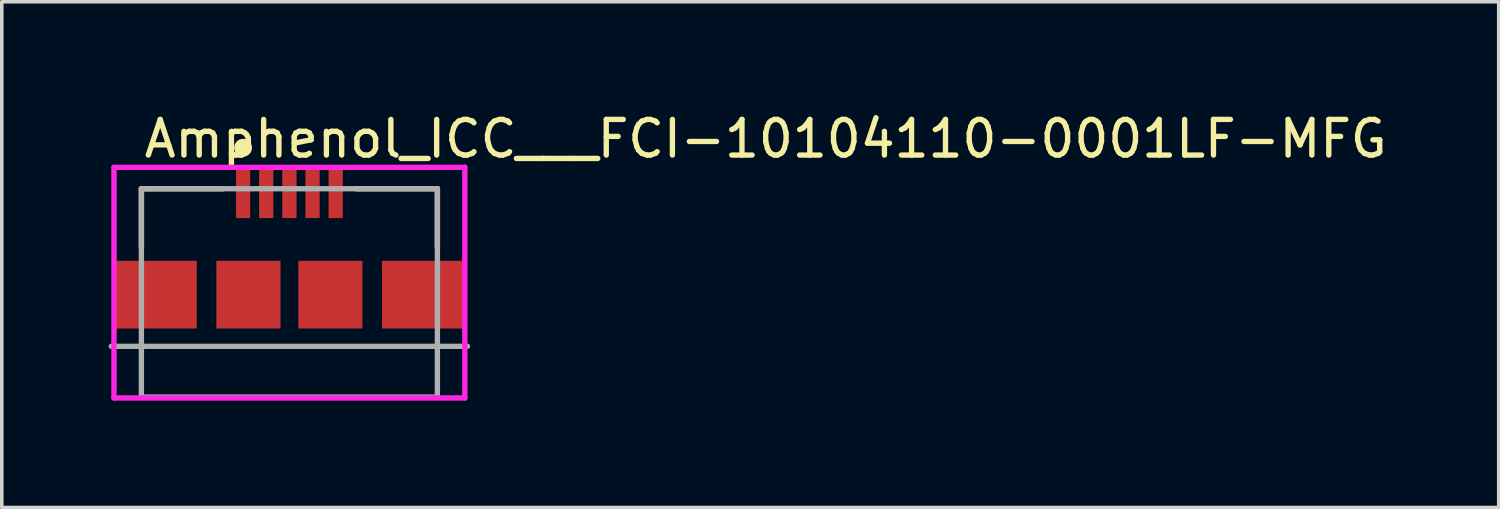
<source format=kicad_pcb>
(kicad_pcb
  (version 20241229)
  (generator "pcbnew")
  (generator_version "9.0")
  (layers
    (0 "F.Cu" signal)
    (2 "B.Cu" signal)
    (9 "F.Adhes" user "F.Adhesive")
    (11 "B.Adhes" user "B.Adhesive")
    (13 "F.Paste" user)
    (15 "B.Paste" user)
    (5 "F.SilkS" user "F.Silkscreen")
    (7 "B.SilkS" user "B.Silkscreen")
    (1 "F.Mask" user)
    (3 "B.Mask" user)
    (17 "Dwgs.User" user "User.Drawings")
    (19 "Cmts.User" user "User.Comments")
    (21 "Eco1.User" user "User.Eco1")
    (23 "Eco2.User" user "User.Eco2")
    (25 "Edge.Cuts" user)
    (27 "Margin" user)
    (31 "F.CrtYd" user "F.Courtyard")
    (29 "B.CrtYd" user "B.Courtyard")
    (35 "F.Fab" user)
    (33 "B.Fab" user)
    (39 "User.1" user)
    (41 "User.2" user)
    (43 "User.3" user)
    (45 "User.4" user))
  (footprint "Amphenol_ICC___FCI-10104110-0001LF-MFG"
    (layer "F.Cu")
    (at 5.075 5.173)
    (property "Reference" "Amphenol_ICC___FCI-10104110-0001LF-MFG" (at -4.155 -4.325 0) (layer "F.SilkS") (effects (font (size 1 1) (thickness 0.15)) (justify left)))
    (attr through_hole)
    (fp_line (start -4.155 -2.925) (end -1.875 -2.925) (stroke (width 0.15) (type solid)) (layer "F.SilkS"))
    (fp_line (start -4.155 -1.275) (end -4.155 -2.925) (stroke (width 0.15) (type solid)) (layer "F.SilkS"))
    (fp_line (start 1.875 -2.925) (end 4.155 -2.925) (stroke (width 0.15) (type solid)) (layer "F.SilkS"))
    (fp_line (start 4.155 -1.275) (end 4.155 -2.925) (stroke (width 0.15) (type solid)) (layer "F.SilkS"))
    (fp_circle (center -1.3 -4.075) (end -1.175 -4.075) (stroke (width 0.25) (type solid)) (fill no) (layer "F.SilkS"))
    (fp_line (start -4.925 -3.525) (end -4.925 2.95) (stroke (width 0.15) (type solid)) (layer "F.CrtYd"))
    (fp_line (start -4.925 2.95) (end 4.925 2.95) (stroke (width 0.15) (type solid)) (layer "F.CrtYd"))
    (fp_line (start 4.925 -3.525) (end -4.925 -3.525) (stroke (width 0.15) (type solid)) (layer "F.CrtYd"))
    (fp_line (start 4.925 -3.525) (end 4.925 -3.525) (stroke (width 0.15) (type solid)) (layer "F.CrtYd"))
    (fp_line (start 4.925 2.95) (end 4.925 -3.525) (stroke (width 0.15) (type solid)) (layer "F.CrtYd"))
    (fp_line (start -5 1.5) (end 5 1.5) (stroke (width 0.15) (type solid)) (layer "F.Fab"))
    (fp_line (start -4.155 -2.925) (end 4.155 -2.925) (stroke (width 0.15) (type solid)) (layer "F.Fab"))
    (fp_line (start -4.155 2.925) (end -4.155 -2.925) (stroke (width 0.15) (type solid)) (layer "F.Fab"))
    (fp_line (start 4.155 -2.925) (end 4.155 2.925) (stroke (width 0.15) (type solid)) (layer "F.Fab"))
    (fp_line (start 4.155 2.925) (end -4.155 2.925) (stroke (width 0.15) (type solid)) (layer "F.Fab"))
    (pad "1" smd rect (at -1.3 -2.8) (size 0.4 1.4) (layers "F.Cu" "F.Mask" "F.Paste"))
    (pad "2" smd rect (at -0.65 -2.8) (size 0.4 1.4) (layers "F.Cu" "F.Mask" "F.Paste"))
    (pad "3" smd rect (at 0 -2.8) (size 0.4 1.4) (layers "F.Cu" "F.Mask" "F.Paste"))
    (pad "4" smd rect (at 0.65 -2.8) (size 0.4 1.4) (layers "F.Cu" "F.Mask" "F.Paste"))
    (pad "5" smd rect (at 1.3 -2.8) (size 0.4 1.4) (layers "F.Cu" "F.Mask" "F.Paste"))
    (pad "6" smd rect (at -3.75 0.05) (size 2.3 1.9) (layers "F.Cu" "F.Mask" "F.Paste"))
    (pad "7" smd rect (at -1.15 0.05) (size 1.8 1.9) (layers "F.Cu" "F.Mask" "F.Paste"))
    (pad "8" smd rect (at 1.15 0.05) (size 1.8 1.9) (layers "F.Cu" "F.Mask" "F.Paste"))
    (pad "9" smd rect (at 3.75 0.05) (size 2.3 1.9) (layers "F.Cu" "F.Mask" "F.Paste")))
  (gr_rect
    (start -3 -3)
    (end 39.027 11.198)
    (stroke (width 0.1) (type default))
    (fill no)
    (layer "Edge.Cuts")))
</source>
